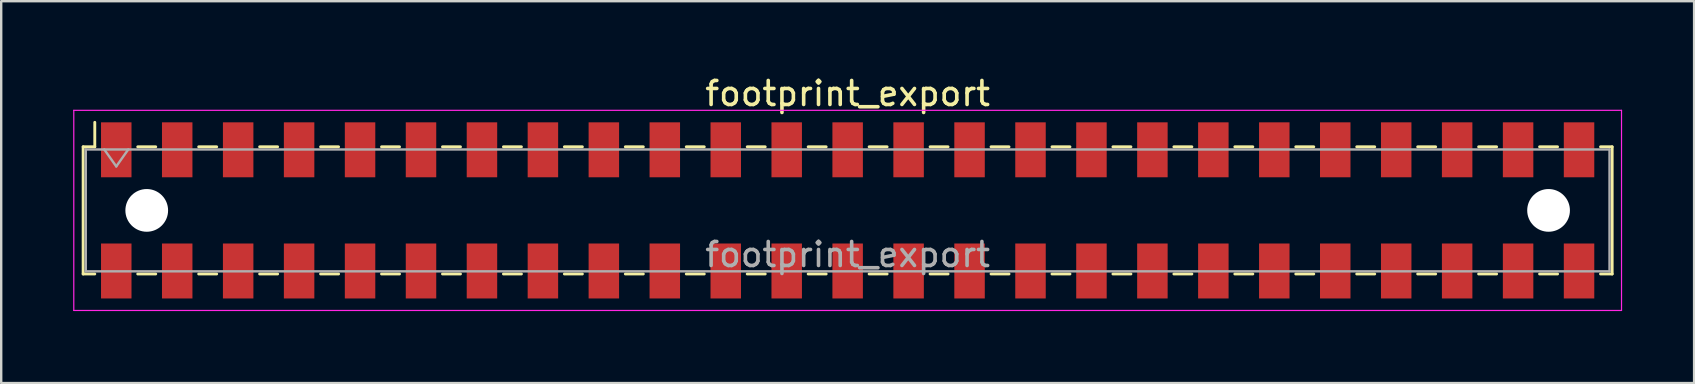
<source format=kicad_pcb>
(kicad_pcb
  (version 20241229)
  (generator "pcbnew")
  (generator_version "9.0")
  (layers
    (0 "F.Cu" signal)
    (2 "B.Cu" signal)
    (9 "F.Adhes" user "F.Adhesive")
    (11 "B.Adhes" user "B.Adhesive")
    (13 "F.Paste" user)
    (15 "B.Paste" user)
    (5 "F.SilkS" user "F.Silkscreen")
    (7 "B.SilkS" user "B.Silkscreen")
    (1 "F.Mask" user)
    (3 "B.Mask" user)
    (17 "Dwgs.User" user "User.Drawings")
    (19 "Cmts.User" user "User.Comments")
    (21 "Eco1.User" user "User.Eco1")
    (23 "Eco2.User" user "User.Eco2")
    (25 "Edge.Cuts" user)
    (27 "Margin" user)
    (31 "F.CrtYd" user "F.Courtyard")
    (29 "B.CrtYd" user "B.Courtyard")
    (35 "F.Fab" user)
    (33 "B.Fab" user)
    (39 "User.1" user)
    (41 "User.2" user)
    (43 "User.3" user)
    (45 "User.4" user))
  (footprint "footprint_export"
    (layer "F.Cu")
    (at 32.275 5.718)
    (property "Reference" "footprint_export" (at 0 -4.87 0) (layer "F.SilkS") (effects (font (size 1 1) (thickness 0.15))))
    (attr smd)
    (fp_line (start -31.86 -2.65) (end -31.86 2.65) (stroke (width 0.12) (type solid)) (layer "F.SilkS"))
    (fp_line (start -31.86 2.65) (end -31.375 2.65) (stroke (width 0.12) (type solid)) (layer "F.SilkS"))
    (fp_line (start -31.375 -3.67) (end -31.375 -2.65) (stroke (width 0.12) (type solid)) (layer "F.SilkS"))
    (fp_line (start -31.375 -2.65) (end -31.86 -2.65) (stroke (width 0.12) (type solid)) (layer "F.SilkS"))
    (fp_line (start -29.585 -2.65) (end -28.835 -2.65) (stroke (width 0.12) (type solid)) (layer "F.SilkS"))
    (fp_line (start -29.585 2.65) (end -28.835 2.65) (stroke (width 0.12) (type solid)) (layer "F.SilkS"))
    (fp_line (start -27.045 -2.65) (end -26.295 -2.65) (stroke (width 0.12) (type solid)) (layer "F.SilkS"))
    (fp_line (start -27.045 2.65) (end -26.295 2.65) (stroke (width 0.12) (type solid)) (layer "F.SilkS"))
    (fp_line (start -24.505 -2.65) (end -23.755 -2.65) (stroke (width 0.12) (type solid)) (layer "F.SilkS"))
    (fp_line (start -24.505 2.65) (end -23.755 2.65) (stroke (width 0.12) (type solid)) (layer "F.SilkS"))
    (fp_line (start -21.965 -2.65) (end -21.215 -2.65) (stroke (width 0.12) (type solid)) (layer "F.SilkS"))
    (fp_line (start -21.965 2.65) (end -21.215 2.65) (stroke (width 0.12) (type solid)) (layer "F.SilkS"))
    (fp_line (start -19.425 -2.65) (end -18.675 -2.65) (stroke (width 0.12) (type solid)) (layer "F.SilkS"))
    (fp_line (start -19.425 2.65) (end -18.675 2.65) (stroke (width 0.12) (type solid)) (layer "F.SilkS"))
    (fp_line (start -16.885 -2.65) (end -16.135 -2.65) (stroke (width 0.12) (type solid)) (layer "F.SilkS"))
    (fp_line (start -16.885 2.65) (end -16.135 2.65) (stroke (width 0.12) (type solid)) (layer "F.SilkS"))
    (fp_line (start -14.345 -2.65) (end -13.595 -2.65) (stroke (width 0.12) (type solid)) (layer "F.SilkS"))
    (fp_line (start -14.345 2.65) (end -13.595 2.65) (stroke (width 0.12) (type solid)) (layer "F.SilkS"))
    (fp_line (start -11.805 -2.65) (end -11.055 -2.65) (stroke (width 0.12) (type solid)) (layer "F.SilkS"))
    (fp_line (start -11.805 2.65) (end -11.055 2.65) (stroke (width 0.12) (type solid)) (layer "F.SilkS"))
    (fp_line (start -9.265 -2.65) (end -8.515 -2.65) (stroke (width 0.12) (type solid)) (layer "F.SilkS"))
    (fp_line (start -9.265 2.65) (end -8.515 2.65) (stroke (width 0.12) (type solid)) (layer "F.SilkS"))
    (fp_line (start -6.725 -2.65) (end -5.975 -2.65) (stroke (width 0.12) (type solid)) (layer "F.SilkS"))
    (fp_line (start -6.725 2.65) (end -5.975 2.65) (stroke (width 0.12) (type solid)) (layer "F.SilkS"))
    (fp_line (start -4.185 -2.65) (end -3.435 -2.65) (stroke (width 0.12) (type solid)) (layer "F.SilkS"))
    (fp_line (start -4.185 2.65) (end -3.435 2.65) (stroke (width 0.12) (type solid)) (layer "F.SilkS"))
    (fp_line (start -1.645 -2.65) (end -0.895 -2.65) (stroke (width 0.12) (type solid)) (layer "F.SilkS"))
    (fp_line (start -1.645 2.65) (end -0.895 2.65) (stroke (width 0.12) (type solid)) (layer "F.SilkS"))
    (fp_line (start 0.895 -2.65) (end 1.645 -2.65) (stroke (width 0.12) (type solid)) (layer "F.SilkS"))
    (fp_line (start 0.895 2.65) (end 1.645 2.65) (stroke (width 0.12) (type solid)) (layer "F.SilkS"))
    (fp_line (start 3.435 -2.65) (end 4.185 -2.65) (stroke (width 0.12) (type solid)) (layer "F.SilkS"))
    (fp_line (start 3.435 2.65) (end 4.185 2.65) (stroke (width 0.12) (type solid)) (layer "F.SilkS"))
    (fp_line (start 5.975 -2.65) (end 6.725 -2.65) (stroke (width 0.12) (type solid)) (layer "F.SilkS"))
    (fp_line (start 5.975 2.65) (end 6.725 2.65) (stroke (width 0.12) (type solid)) (layer "F.SilkS"))
    (fp_line (start 8.515 -2.65) (end 9.265 -2.65) (stroke (width 0.12) (type solid)) (layer "F.SilkS"))
    (fp_line (start 8.515 2.65) (end 9.265 2.65) (stroke (width 0.12) (type solid)) (layer "F.SilkS"))
    (fp_line (start 11.055 -2.65) (end 11.805 -2.65) (stroke (width 0.12) (type solid)) (layer "F.SilkS"))
    (fp_line (start 11.055 2.65) (end 11.805 2.65) (stroke (width 0.12) (type solid)) (layer "F.SilkS"))
    (fp_line (start 13.595 -2.65) (end 14.345 -2.65) (stroke (width 0.12) (type solid)) (layer "F.SilkS"))
    (fp_line (start 13.595 2.65) (end 14.345 2.65) (stroke (width 0.12) (type solid)) (layer "F.SilkS"))
    (fp_line (start 16.135 -2.65) (end 16.885 -2.65) (stroke (width 0.12) (type solid)) (layer "F.SilkS"))
    (fp_line (start 16.135 2.65) (end 16.885 2.65) (stroke (width 0.12) (type solid)) (layer "F.SilkS"))
    (fp_line (start 18.675 -2.65) (end 19.425 -2.65) (stroke (width 0.12) (type solid)) (layer "F.SilkS"))
    (fp_line (start 18.675 2.65) (end 19.425 2.65) (stroke (width 0.12) (type solid)) (layer "F.SilkS"))
    (fp_line (start 21.215 -2.65) (end 21.965 -2.65) (stroke (width 0.12) (type solid)) (layer "F.SilkS"))
    (fp_line (start 21.215 2.65) (end 21.965 2.65) (stroke (width 0.12) (type solid)) (layer "F.SilkS"))
    (fp_line (start 23.755 -2.65) (end 24.505 -2.65) (stroke (width 0.12) (type solid)) (layer "F.SilkS"))
    (fp_line (start 23.755 2.65) (end 24.505 2.65) (stroke (width 0.12) (type solid)) (layer "F.SilkS"))
    (fp_line (start 26.295 -2.65) (end 27.045 -2.65) (stroke (width 0.12) (type solid)) (layer "F.SilkS"))
    (fp_line (start 26.295 2.65) (end 27.045 2.65) (stroke (width 0.12) (type solid)) (layer "F.SilkS"))
    (fp_line (start 28.835 -2.65) (end 29.585 -2.65) (stroke (width 0.12) (type solid)) (layer "F.SilkS"))
    (fp_line (start 28.835 2.65) (end 29.585 2.65) (stroke (width 0.12) (type solid)) (layer "F.SilkS"))
    (fp_line (start 31.375 -2.65) (end 31.86 -2.65) (stroke (width 0.12) (type solid)) (layer "F.SilkS"))
    (fp_line (start 31.86 -2.65) (end 31.86 2.65) (stroke (width 0.12) (type solid)) (layer "F.SilkS"))
    (fp_line (start 31.86 2.65) (end 31.375 2.65) (stroke (width 0.12) (type solid)) (layer "F.SilkS"))
    (fp_line (start -32.25 -4.17) (end 32.25 -4.17) (stroke (width 0.05) (type solid)) (layer "F.CrtYd"))
    (fp_line (start -32.25 4.17) (end -32.25 -4.17) (stroke (width 0.05) (type solid)) (layer "F.CrtYd"))
    (fp_line (start 32.25 -4.17) (end 32.25 4.17) (stroke (width 0.05) (type solid)) (layer "F.CrtYd"))
    (fp_line (start 32.25 4.17) (end -32.25 4.17) (stroke (width 0.05) (type solid)) (layer "F.CrtYd"))
    (fp_line (start -31.75 -2.54) (end 31.75 -2.54) (stroke (width 0.1) (type solid)) (layer "F.Fab"))
    (fp_line (start -31.75 2.54) (end -31.75 -2.54) (stroke (width 0.1) (type solid)) (layer "F.Fab"))
    (fp_line (start -30.98 -2.54) (end -30.48 -1.833) (stroke (width 0.1) (type solid)) (layer "F.Fab"))
    (fp_line (start -30.48 -1.833) (end -29.98 -2.54) (stroke (width 0.1) (type solid)) (layer "F.Fab"))
    (fp_line (start 31.75 -2.54) (end 31.75 2.54) (stroke (width 0.1) (type solid)) (layer "F.Fab"))
    (fp_line (start 31.75 2.54) (end -31.75 2.54) (stroke (width 0.1) (type solid)) (layer "F.Fab"))
    (fp_text user "${REFERENCE}" (at 0 1.84 0) (layer "F.Fab") (effects (font (size 1 1) (thickness 0.15))))
    (pad "" np_thru_hole circle (at -29.21 0) (size 1.78 1.78) (drill 1.78) (layers "*.Cu" "*.Mask"))
    (pad "" np_thru_hole circle (at 29.21 0) (size 1.78 1.78) (drill 1.78) (layers "*.Cu" "*.Mask"))
    (pad "1" smd rect (at -30.48 -2.525) (size 1.27 2.29) (layers "F.Cu" "F.Mask" "F.Paste"))
    (pad "2" smd rect (at -30.48 2.525) (size 1.27 2.29) (layers "F.Cu" "F.Mask" "F.Paste"))
    (pad "3" smd rect (at -27.94 -2.525) (size 1.27 2.29) (layers "F.Cu" "F.Mask" "F.Paste"))
    (pad "4" smd rect (at -27.94 2.525) (size 1.27 2.29) (layers "F.Cu" "F.Mask" "F.Paste"))
    (pad "5" smd rect (at -25.4 -2.525) (size 1.27 2.29) (layers "F.Cu" "F.Mask" "F.Paste"))
    (pad "6" smd rect (at -25.4 2.525) (size 1.27 2.29) (layers "F.Cu" "F.Mask" "F.Paste"))
    (pad "7" smd rect (at -22.86 -2.525) (size 1.27 2.29) (layers "F.Cu" "F.Mask" "F.Paste"))
    (pad "8" smd rect (at -22.86 2.525) (size 1.27 2.29) (layers "F.Cu" "F.Mask" "F.Paste"))
    (pad "9" smd rect (at -20.32 -2.525) (size 1.27 2.29) (layers "F.Cu" "F.Mask" "F.Paste"))
    (pad "10" smd rect (at -20.32 2.525) (size 1.27 2.29) (layers "F.Cu" "F.Mask" "F.Paste"))
    (pad "11" smd rect (at -17.78 -2.525) (size 1.27 2.29) (layers "F.Cu" "F.Mask" "F.Paste"))
    (pad "12" smd rect (at -17.78 2.525) (size 1.27 2.29) (layers "F.Cu" "F.Mask" "F.Paste"))
    (pad "13" smd rect (at -15.24 -2.525) (size 1.27 2.29) (layers "F.Cu" "F.Mask" "F.Paste"))
    (pad "14" smd rect (at -15.24 2.525) (size 1.27 2.29) (layers "F.Cu" "F.Mask" "F.Paste"))
    (pad "15" smd rect (at -12.7 -2.525) (size 1.27 2.29) (layers "F.Cu" "F.Mask" "F.Paste"))
    (pad "16" smd rect (at -12.7 2.525) (size 1.27 2.29) (layers "F.Cu" "F.Mask" "F.Paste"))
    (pad "17" smd rect (at -10.16 -2.525) (size 1.27 2.29) (layers "F.Cu" "F.Mask" "F.Paste"))
    (pad "18" smd rect (at -10.16 2.525) (size 1.27 2.29) (layers "F.Cu" "F.Mask" "F.Paste"))
    (pad "19" smd rect (at -7.62 -2.525) (size 1.27 2.29) (layers "F.Cu" "F.Mask" "F.Paste"))
    (pad "20" smd rect (at -7.62 2.525) (size 1.27 2.29) (layers "F.Cu" "F.Mask" "F.Paste"))
    (pad "21" smd rect (at -5.08 -2.525) (size 1.27 2.29) (layers "F.Cu" "F.Mask" "F.Paste"))
    (pad "22" smd rect (at -5.08 2.525) (size 1.27 2.29) (layers "F.Cu" "F.Mask" "F.Paste"))
    (pad "23" smd rect (at -2.54 -2.525) (size 1.27 2.29) (layers "F.Cu" "F.Mask" "F.Paste"))
    (pad "24" smd rect (at -2.54 2.525) (size 1.27 2.29) (layers "F.Cu" "F.Mask" "F.Paste"))
    (pad "25" smd rect (at 0 -2.525) (size 1.27 2.29) (layers "F.Cu" "F.Mask" "F.Paste"))
    (pad "26" smd rect (at 0 2.525) (size 1.27 2.29) (layers "F.Cu" "F.Mask" "F.Paste"))
    (pad "27" smd rect (at 2.54 -2.525) (size 1.27 2.29) (layers "F.Cu" "F.Mask" "F.Paste"))
    (pad "28" smd rect (at 2.54 2.525) (size 1.27 2.29) (layers "F.Cu" "F.Mask" "F.Paste"))
    (pad "29" smd rect (at 5.08 -2.525) (size 1.27 2.29) (layers "F.Cu" "F.Mask" "F.Paste"))
    (pad "30" smd rect (at 5.08 2.525) (size 1.27 2.29) (layers "F.Cu" "F.Mask" "F.Paste"))
    (pad "31" smd rect (at 7.62 -2.525) (size 1.27 2.29) (layers "F.Cu" "F.Mask" "F.Paste"))
    (pad "32" smd rect (at 7.62 2.525) (size 1.27 2.29) (layers "F.Cu" "F.Mask" "F.Paste"))
    (pad "33" smd rect (at 10.16 -2.525) (size 1.27 2.29) (layers "F.Cu" "F.Mask" "F.Paste"))
    (pad "34" smd rect (at 10.16 2.525) (size 1.27 2.29) (layers "F.Cu" "F.Mask" "F.Paste"))
    (pad "35" smd rect (at 12.7 -2.525) (size 1.27 2.29) (layers "F.Cu" "F.Mask" "F.Paste"))
    (pad "36" smd rect (at 12.7 2.525) (size 1.27 2.29) (layers "F.Cu" "F.Mask" "F.Paste"))
    (pad "37" smd rect (at 15.24 -2.525) (size 1.27 2.29) (layers "F.Cu" "F.Mask" "F.Paste"))
    (pad "38" smd rect (at 15.24 2.525) (size 1.27 2.29) (layers "F.Cu" "F.Mask" "F.Paste"))
    (pad "39" smd rect (at 17.78 -2.525) (size 1.27 2.29) (layers "F.Cu" "F.Mask" "F.Paste"))
    (pad "40" smd rect (at 17.78 2.525) (size 1.27 2.29) (layers "F.Cu" "F.Mask" "F.Paste"))
    (pad "41" smd rect (at 20.32 -2.525) (size 1.27 2.29) (layers "F.Cu" "F.Mask" "F.Paste"))
    (pad "42" smd rect (at 20.32 2.525) (size 1.27 2.29) (layers "F.Cu" "F.Mask" "F.Paste"))
    (pad "43" smd rect (at 22.86 -2.525) (size 1.27 2.29) (layers "F.Cu" "F.Mask" "F.Paste"))
    (pad "44" smd rect (at 22.86 2.525) (size 1.27 2.29) (layers "F.Cu" "F.Mask" "F.Paste"))
    (pad "45" smd rect (at 25.4 -2.525) (size 1.27 2.29) (layers "F.Cu" "F.Mask" "F.Paste"))
    (pad "46" smd rect (at 25.4 2.525) (size 1.27 2.29) (layers "F.Cu" "F.Mask" "F.Paste"))
    (pad "47" smd rect (at 27.94 -2.525) (size 1.27 2.29) (layers "F.Cu" "F.Mask" "F.Paste"))
    (pad "48" smd rect (at 27.94 2.525) (size 1.27 2.29) (layers "F.Cu" "F.Mask" "F.Paste"))
    (pad "49" smd rect (at 30.48 -2.525) (size 1.27 2.29) (layers "F.Cu" "F.Mask" "F.Paste"))
    (pad "50" smd rect (at 30.48 2.525) (size 1.27 2.29) (layers "F.Cu" "F.Mask" "F.Paste")))
  (gr_rect
    (start -3 -3)
    (end 67.55 12.913)
    (stroke (width 0.1) (type default))
    (fill no)
    (layer "Edge.Cuts")))
</source>
